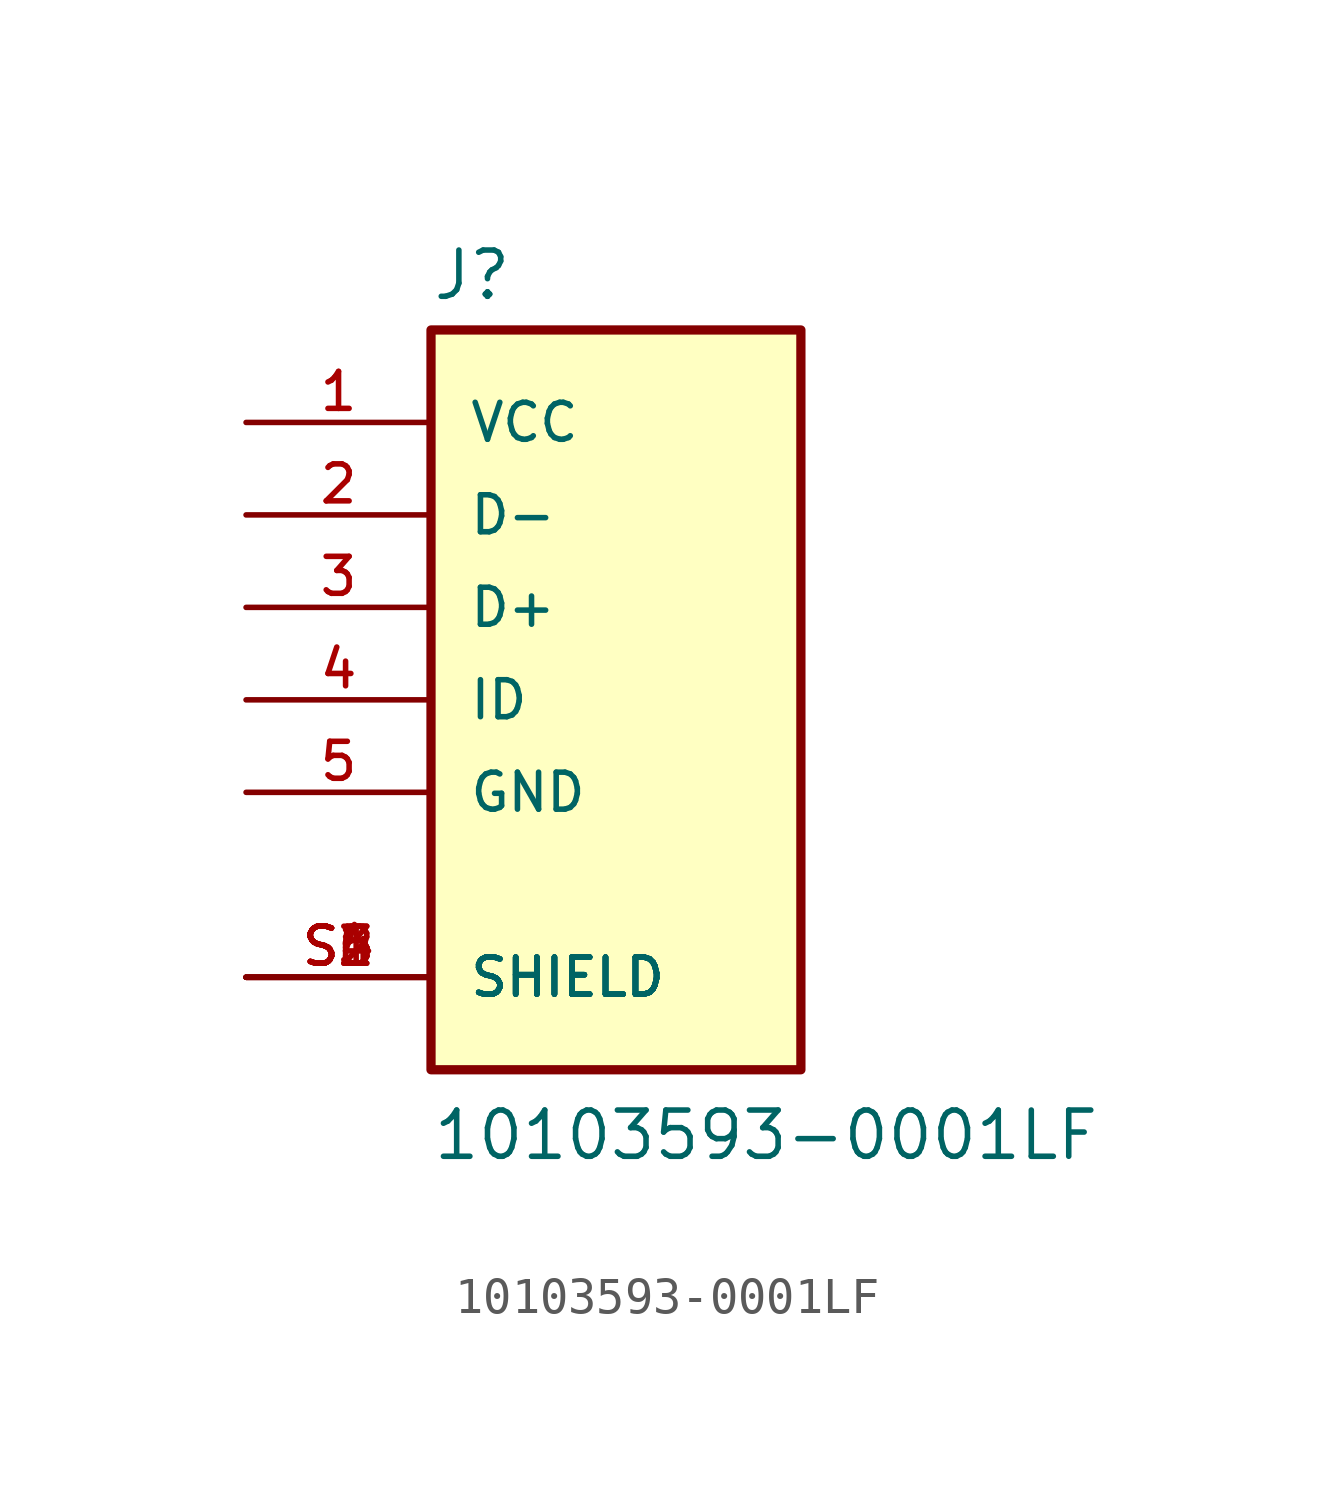
<source format=kicad_sym>
(kicad_symbol_lib
  (version 20211014)
  (generator kicad_symbol_editor)
  (symbol "10103593-0001LF"
    (pin_names
      (offset 1.016))
    (property "Reference" "J"
      (at -5.08 10.922 0)
      (effects (font (size 1.27 1.27)) (justify bottom left)))
    (property "Value" "10103593-0001LF"
      (at -5.08 -12.7 0)
      (effects (font (size 1.27 1.27)) (justify bottom left)))
    (symbol "10103593-0001LF_0_0"
      (rectangle (start -5.08 -10.16) (end 5.08 10.16) (stroke (width 0.254)) (fill (type background)))
      (pin power_in line (at -10.16 7.62 0) (length 5.08) (name "VCC" (effects (font (size 1.016 1.016)))) (number "1" (effects (font (size 1.016 1.016)))))
      (pin bidirectional line (at -10.16 5.08 0) (length 5.08) (name "D-" (effects (font (size 1.016 1.016)))) (number "2" (effects (font (size 1.016 1.016)))))
      (pin bidirectional line (at -10.16 2.54 0) (length 5.08) (name "D+" (effects (font (size 1.016 1.016)))) (number "3" (effects (font (size 1.016 1.016)))))
      (pin bidirectional line (at -10.16 0.0 0) (length 5.08) (name "ID" (effects (font (size 1.016 1.016)))) (number "4" (effects (font (size 1.016 1.016)))))
      (pin power_in line (at -10.16 -2.54 0) (length 5.08) (name "GND" (effects (font (size 1.016 1.016)))) (number "5" (effects (font (size 1.016 1.016)))))
      (pin passive line (at -10.16 -7.62 0) (length 5.08) (name "SHIELD" (effects (font (size 1.016 1.016)))) (number "S1" (effects (font (size 1.016 1.016)))))
      (pin passive line (at -10.16 -7.62 0) (length 5.08) (name "SHIELD" (effects (font (size 1.016 1.016)))) (number "S2" (effects (font (size 1.016 1.016)))))
      (pin passive line (at -10.16 -7.62 0) (length 5.08) (name "SHIELD" (effects (font (size 1.016 1.016)))) (number "S3" (effects (font (size 1.016 1.016)))))
      (pin passive line (at -10.16 -7.62 0) (length 5.08) (name "SHIELD" (effects (font (size 1.016 1.016)))) (number "S4" (effects (font (size 1.016 1.016)))))
      (pin passive line (at -10.16 -7.62 0) (length 5.08) (name "SHIELD" (effects (font (size 1.016 1.016)))) (number "S5" (effects (font (size 1.016 1.016)))))
      (pin passive line (at -10.16 -7.62 0) (length 5.08) (name "SHIELD" (effects (font (size 1.016 1.016)))) (number "S6" (effects (font (size 1.016 1.016))))))))
</source>
